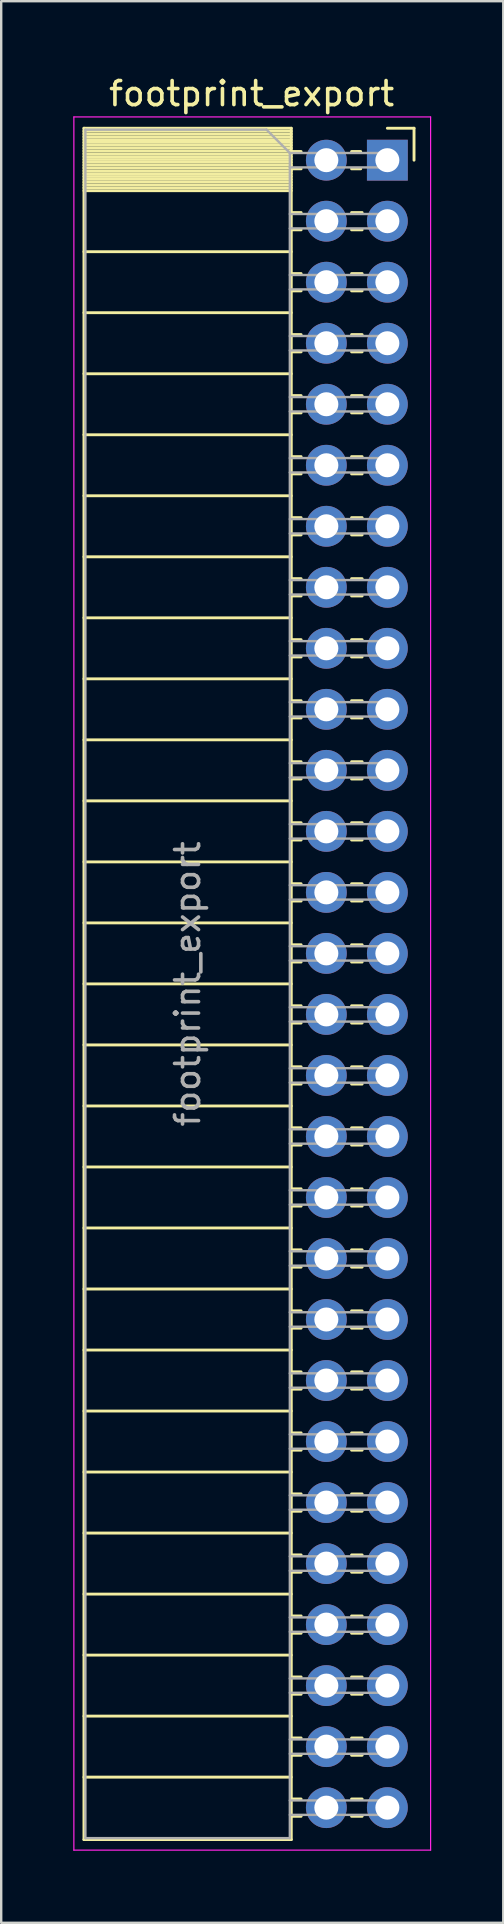
<source format=kicad_pcb>
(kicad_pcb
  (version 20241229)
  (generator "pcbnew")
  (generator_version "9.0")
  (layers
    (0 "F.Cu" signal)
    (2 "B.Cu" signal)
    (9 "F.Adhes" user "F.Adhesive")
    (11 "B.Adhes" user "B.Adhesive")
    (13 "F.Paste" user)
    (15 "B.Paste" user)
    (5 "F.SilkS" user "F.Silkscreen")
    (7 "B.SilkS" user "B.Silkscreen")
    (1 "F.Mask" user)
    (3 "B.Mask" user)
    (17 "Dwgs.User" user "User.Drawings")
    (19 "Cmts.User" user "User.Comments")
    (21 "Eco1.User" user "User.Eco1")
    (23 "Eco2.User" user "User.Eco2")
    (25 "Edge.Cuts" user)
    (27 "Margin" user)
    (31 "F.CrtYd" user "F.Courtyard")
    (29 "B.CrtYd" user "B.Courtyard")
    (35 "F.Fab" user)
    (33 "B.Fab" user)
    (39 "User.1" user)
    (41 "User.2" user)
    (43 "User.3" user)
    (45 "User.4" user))
  (footprint "footprint_export"
    (layer "F.Cu")
    (at 13.075 3.618)
    (property "Reference" "footprint_export" (at -5.65 -2.77 0) (layer "F.SilkS") (effects (font (size 1 1) (thickness 0.15))))
    (attr through_hole)
    (fp_line (start -12.63 -1.33) (end -12.63 69.91) (stroke (width 0.12) (type solid)) (layer "F.SilkS"))
    (fp_line (start -12.63 -1.33) (end -4 -1.33) (stroke (width 0.12) (type solid)) (layer "F.SilkS"))
    (fp_line (start -12.63 -1.21) (end -4 -1.21) (stroke (width 0.12) (type solid)) (layer "F.SilkS"))
    (fp_line (start -12.63 -1.092) (end -4 -1.092) (stroke (width 0.12) (type solid)) (layer "F.SilkS"))
    (fp_line (start -12.63 -0.974) (end -4 -0.974) (stroke (width 0.12) (type solid)) (layer "F.SilkS"))
    (fp_line (start -12.63 -0.856) (end -4 -0.856) (stroke (width 0.12) (type solid)) (layer "F.SilkS"))
    (fp_line (start -12.63 -0.738) (end -4 -0.738) (stroke (width 0.12) (type solid)) (layer "F.SilkS"))
    (fp_line (start -12.63 -0.62) (end -4 -0.62) (stroke (width 0.12) (type solid)) (layer "F.SilkS"))
    (fp_line (start -12.63 -0.501) (end -4 -0.501) (stroke (width 0.12) (type solid)) (layer "F.SilkS"))
    (fp_line (start -12.63 -0.383) (end -4 -0.383) (stroke (width 0.12) (type solid)) (layer "F.SilkS"))
    (fp_line (start -12.63 -0.265) (end -4 -0.265) (stroke (width 0.12) (type solid)) (layer "F.SilkS"))
    (fp_line (start -12.63 -0.147) (end -4 -0.147) (stroke (width 0.12) (type solid)) (layer "F.SilkS"))
    (fp_line (start -12.63 -0.029) (end -4 -0.029) (stroke (width 0.12) (type solid)) (layer "F.SilkS"))
    (fp_line (start -12.63 0.089) (end -4 0.089) (stroke (width 0.12) (type solid)) (layer "F.SilkS"))
    (fp_line (start -12.63 0.207) (end -4 0.207) (stroke (width 0.12) (type solid)) (layer "F.SilkS"))
    (fp_line (start -12.63 0.325) (end -4 0.325) (stroke (width 0.12) (type solid)) (layer "F.SilkS"))
    (fp_line (start -12.63 0.443) (end -4 0.443) (stroke (width 0.12) (type solid)) (layer "F.SilkS"))
    (fp_line (start -12.63 0.561) (end -4 0.561) (stroke (width 0.12) (type solid)) (layer "F.SilkS"))
    (fp_line (start -12.63 0.68) (end -4 0.68) (stroke (width 0.12) (type solid)) (layer "F.SilkS"))
    (fp_line (start -12.63 0.798) (end -4 0.798) (stroke (width 0.12) (type solid)) (layer "F.SilkS"))
    (fp_line (start -12.63 0.916) (end -4 0.916) (stroke (width 0.12) (type solid)) (layer "F.SilkS"))
    (fp_line (start -12.63 1.034) (end -4 1.034) (stroke (width 0.12) (type solid)) (layer "F.SilkS"))
    (fp_line (start -12.63 1.152) (end -4 1.152) (stroke (width 0.12) (type solid)) (layer "F.SilkS"))
    (fp_line (start -12.63 1.27) (end -4 1.27) (stroke (width 0.12) (type solid)) (layer "F.SilkS"))
    (fp_line (start -12.63 3.81) (end -4 3.81) (stroke (width 0.12) (type solid)) (layer "F.SilkS"))
    (fp_line (start -12.63 6.35) (end -4 6.35) (stroke (width 0.12) (type solid)) (layer "F.SilkS"))
    (fp_line (start -12.63 8.89) (end -4 8.89) (stroke (width 0.12) (type solid)) (layer "F.SilkS"))
    (fp_line (start -12.63 11.43) (end -4 11.43) (stroke (width 0.12) (type solid)) (layer "F.SilkS"))
    (fp_line (start -12.63 13.97) (end -4 13.97) (stroke (width 0.12) (type solid)) (layer "F.SilkS"))
    (fp_line (start -12.63 16.51) (end -4 16.51) (stroke (width 0.12) (type solid)) (layer "F.SilkS"))
    (fp_line (start -12.63 19.05) (end -4 19.05) (stroke (width 0.12) (type solid)) (layer "F.SilkS"))
    (fp_line (start -12.63 21.59) (end -4 21.59) (stroke (width 0.12) (type solid)) (layer "F.SilkS"))
    (fp_line (start -12.63 24.13) (end -4 24.13) (stroke (width 0.12) (type solid)) (layer "F.SilkS"))
    (fp_line (start -12.63 26.67) (end -4 26.67) (stroke (width 0.12) (type solid)) (layer "F.SilkS"))
    (fp_line (start -12.63 29.21) (end -4 29.21) (stroke (width 0.12) (type solid)) (layer "F.SilkS"))
    (fp_line (start -12.63 31.75) (end -4 31.75) (stroke (width 0.12) (type solid)) (layer "F.SilkS"))
    (fp_line (start -12.63 34.29) (end -4 34.29) (stroke (width 0.12) (type solid)) (layer "F.SilkS"))
    (fp_line (start -12.63 36.83) (end -4 36.83) (stroke (width 0.12) (type solid)) (layer "F.SilkS"))
    (fp_line (start -12.63 39.37) (end -4 39.37) (stroke (width 0.12) (type solid)) (layer "F.SilkS"))
    (fp_line (start -12.63 41.91) (end -4 41.91) (stroke (width 0.12) (type solid)) (layer "F.SilkS"))
    (fp_line (start -12.63 44.45) (end -4 44.45) (stroke (width 0.12) (type solid)) (layer "F.SilkS"))
    (fp_line (start -12.63 46.99) (end -4 46.99) (stroke (width 0.12) (type solid)) (layer "F.SilkS"))
    (fp_line (start -12.63 49.53) (end -4 49.53) (stroke (width 0.12) (type solid)) (layer "F.SilkS"))
    (fp_line (start -12.63 52.07) (end -4 52.07) (stroke (width 0.12) (type solid)) (layer "F.SilkS"))
    (fp_line (start -12.63 54.61) (end -4 54.61) (stroke (width 0.12) (type solid)) (layer "F.SilkS"))
    (fp_line (start -12.63 57.15) (end -4 57.15) (stroke (width 0.12) (type solid)) (layer "F.SilkS"))
    (fp_line (start -12.63 59.69) (end -4 59.69) (stroke (width 0.12) (type solid)) (layer "F.SilkS"))
    (fp_line (start -12.63 62.23) (end -4 62.23) (stroke (width 0.12) (type solid)) (layer "F.SilkS"))
    (fp_line (start -12.63 64.77) (end -4 64.77) (stroke (width 0.12) (type solid)) (layer "F.SilkS"))
    (fp_line (start -12.63 67.31) (end -4 67.31) (stroke (width 0.12) (type solid)) (layer "F.SilkS"))
    (fp_line (start -12.63 69.91) (end -4 69.91) (stroke (width 0.12) (type solid)) (layer "F.SilkS"))
    (fp_line (start -4 -1.33) (end -4 69.91) (stroke (width 0.12) (type solid)) (layer "F.SilkS"))
    (fp_line (start -4 -0.36) (end -3.59 -0.36) (stroke (width 0.12) (type solid)) (layer "F.SilkS"))
    (fp_line (start -4 0.36) (end -3.59 0.36) (stroke (width 0.12) (type solid)) (layer "F.SilkS"))
    (fp_line (start -4 2.18) (end -3.59 2.18) (stroke (width 0.12) (type solid)) (layer "F.SilkS"))
    (fp_line (start -4 2.9) (end -3.59 2.9) (stroke (width 0.12) (type solid)) (layer "F.SilkS"))
    (fp_line (start -4 4.72) (end -3.59 4.72) (stroke (width 0.12) (type solid)) (layer "F.SilkS"))
    (fp_line (start -4 5.44) (end -3.59 5.44) (stroke (width 0.12) (type solid)) (layer "F.SilkS"))
    (fp_line (start -4 7.26) (end -3.59 7.26) (stroke (width 0.12) (type solid)) (layer "F.SilkS"))
    (fp_line (start -4 7.98) (end -3.59 7.98) (stroke (width 0.12) (type solid)) (layer "F.SilkS"))
    (fp_line (start -4 9.8) (end -3.59 9.8) (stroke (width 0.12) (type solid)) (layer "F.SilkS"))
    (fp_line (start -4 10.52) (end -3.59 10.52) (stroke (width 0.12) (type solid)) (layer "F.SilkS"))
    (fp_line (start -4 12.34) (end -3.59 12.34) (stroke (width 0.12) (type solid)) (layer "F.SilkS"))
    (fp_line (start -4 13.06) (end -3.59 13.06) (stroke (width 0.12) (type solid)) (layer "F.SilkS"))
    (fp_line (start -4 14.88) (end -3.59 14.88) (stroke (width 0.12) (type solid)) (layer "F.SilkS"))
    (fp_line (start -4 15.6) (end -3.59 15.6) (stroke (width 0.12) (type solid)) (layer "F.SilkS"))
    (fp_line (start -4 17.42) (end -3.59 17.42) (stroke (width 0.12) (type solid)) (layer "F.SilkS"))
    (fp_line (start -4 18.14) (end -3.59 18.14) (stroke (width 0.12) (type solid)) (layer "F.SilkS"))
    (fp_line (start -4 19.96) (end -3.59 19.96) (stroke (width 0.12) (type solid)) (layer "F.SilkS"))
    (fp_line (start -4 20.68) (end -3.59 20.68) (stroke (width 0.12) (type solid)) (layer "F.SilkS"))
    (fp_line (start -4 22.5) (end -3.59 22.5) (stroke (width 0.12) (type solid)) (layer "F.SilkS"))
    (fp_line (start -4 23.22) (end -3.59 23.22) (stroke (width 0.12) (type solid)) (layer "F.SilkS"))
    (fp_line (start -4 25.04) (end -3.59 25.04) (stroke (width 0.12) (type solid)) (layer "F.SilkS"))
    (fp_line (start -4 25.76) (end -3.59 25.76) (stroke (width 0.12) (type solid)) (layer "F.SilkS"))
    (fp_line (start -4 27.58) (end -3.59 27.58) (stroke (width 0.12) (type solid)) (layer "F.SilkS"))
    (fp_line (start -4 28.3) (end -3.59 28.3) (stroke (width 0.12) (type solid)) (layer "F.SilkS"))
    (fp_line (start -4 30.12) (end -3.59 30.12) (stroke (width 0.12) (type solid)) (layer "F.SilkS"))
    (fp_line (start -4 30.84) (end -3.59 30.84) (stroke (width 0.12) (type solid)) (layer "F.SilkS"))
    (fp_line (start -4 32.66) (end -3.59 32.66) (stroke (width 0.12) (type solid)) (layer "F.SilkS"))
    (fp_line (start -4 33.38) (end -3.59 33.38) (stroke (width 0.12) (type solid)) (layer "F.SilkS"))
    (fp_line (start -4 35.2) (end -3.59 35.2) (stroke (width 0.12) (type solid)) (layer "F.SilkS"))
    (fp_line (start -4 35.92) (end -3.59 35.92) (stroke (width 0.12) (type solid)) (layer "F.SilkS"))
    (fp_line (start -4 37.74) (end -3.59 37.74) (stroke (width 0.12) (type solid)) (layer "F.SilkS"))
    (fp_line (start -4 38.46) (end -3.59 38.46) (stroke (width 0.12) (type solid)) (layer "F.SilkS"))
    (fp_line (start -4 40.28) (end -3.59 40.28) (stroke (width 0.12) (type solid)) (layer "F.SilkS"))
    (fp_line (start -4 41) (end -3.59 41) (stroke (width 0.12) (type solid)) (layer "F.SilkS"))
    (fp_line (start -4 42.82) (end -3.59 42.82) (stroke (width 0.12) (type solid)) (layer "F.SilkS"))
    (fp_line (start -4 43.54) (end -3.59 43.54) (stroke (width 0.12) (type solid)) (layer "F.SilkS"))
    (fp_line (start -4 45.36) (end -3.59 45.36) (stroke (width 0.12) (type solid)) (layer "F.SilkS"))
    (fp_line (start -4 46.08) (end -3.59 46.08) (stroke (width 0.12) (type solid)) (layer "F.SilkS"))
    (fp_line (start -4 47.9) (end -3.59 47.9) (stroke (width 0.12) (type solid)) (layer "F.SilkS"))
    (fp_line (start -4 48.62) (end -3.59 48.62) (stroke (width 0.12) (type solid)) (layer "F.SilkS"))
    (fp_line (start -4 50.44) (end -3.59 50.44) (stroke (width 0.12) (type solid)) (layer "F.SilkS"))
    (fp_line (start -4 51.16) (end -3.59 51.16) (stroke (width 0.12) (type solid)) (layer "F.SilkS"))
    (fp_line (start -4 52.98) (end -3.59 52.98) (stroke (width 0.12) (type solid)) (layer "F.SilkS"))
    (fp_line (start -4 53.7) (end -3.59 53.7) (stroke (width 0.12) (type solid)) (layer "F.SilkS"))
    (fp_line (start -4 55.52) (end -3.59 55.52) (stroke (width 0.12) (type solid)) (layer "F.SilkS"))
    (fp_line (start -4 56.24) (end -3.59 56.24) (stroke (width 0.12) (type solid)) (layer "F.SilkS"))
    (fp_line (start -4 58.06) (end -3.59 58.06) (stroke (width 0.12) (type solid)) (layer "F.SilkS"))
    (fp_line (start -4 58.78) (end -3.59 58.78) (stroke (width 0.12) (type solid)) (layer "F.SilkS"))
    (fp_line (start -4 60.6) (end -3.59 60.6) (stroke (width 0.12) (type solid)) (layer "F.SilkS"))
    (fp_line (start -4 61.32) (end -3.59 61.32) (stroke (width 0.12) (type solid)) (layer "F.SilkS"))
    (fp_line (start -4 63.14) (end -3.59 63.14) (stroke (width 0.12) (type solid)) (layer "F.SilkS"))
    (fp_line (start -4 63.86) (end -3.59 63.86) (stroke (width 0.12) (type solid)) (layer "F.SilkS"))
    (fp_line (start -4 65.68) (end -3.59 65.68) (stroke (width 0.12) (type solid)) (layer "F.SilkS"))
    (fp_line (start -4 66.4) (end -3.59 66.4) (stroke (width 0.12) (type solid)) (layer "F.SilkS"))
    (fp_line (start -4 68.22) (end -3.59 68.22) (stroke (width 0.12) (type solid)) (layer "F.SilkS"))
    (fp_line (start -4 68.94) (end -3.59 68.94) (stroke (width 0.12) (type solid)) (layer "F.SilkS"))
    (fp_line (start -1.49 -0.36) (end -1.11 -0.36) (stroke (width 0.12) (type solid)) (layer "F.SilkS"))
    (fp_line (start -1.49 0.36) (end -1.11 0.36) (stroke (width 0.12) (type solid)) (layer "F.SilkS"))
    (fp_line (start -1.49 2.18) (end -1.05 2.18) (stroke (width 0.12) (type solid)) (layer "F.SilkS"))
    (fp_line (start -1.49 2.9) (end -1.05 2.9) (stroke (width 0.12) (type solid)) (layer "F.SilkS"))
    (fp_line (start -1.49 4.72) (end -1.05 4.72) (stroke (width 0.12) (type solid)) (layer "F.SilkS"))
    (fp_line (start -1.49 5.44) (end -1.05 5.44) (stroke (width 0.12) (type solid)) (layer "F.SilkS"))
    (fp_line (start -1.49 7.26) (end -1.05 7.26) (stroke (width 0.12) (type solid)) (layer "F.SilkS"))
    (fp_line (start -1.49 7.98) (end -1.05 7.98) (stroke (width 0.12) (type solid)) (layer "F.SilkS"))
    (fp_line (start -1.49 9.8) (end -1.05 9.8) (stroke (width 0.12) (type solid)) (layer "F.SilkS"))
    (fp_line (start -1.49 10.52) (end -1.05 10.52) (stroke (width 0.12) (type solid)) (layer "F.SilkS"))
    (fp_line (start -1.49 12.34) (end -1.05 12.34) (stroke (width 0.12) (type solid)) (layer "F.SilkS"))
    (fp_line (start -1.49 13.06) (end -1.05 13.06) (stroke (width 0.12) (type solid)) (layer "F.SilkS"))
    (fp_line (start -1.49 14.88) (end -1.05 14.88) (stroke (width 0.12) (type solid)) (layer "F.SilkS"))
    (fp_line (start -1.49 15.6) (end -1.05 15.6) (stroke (width 0.12) (type solid)) (layer "F.SilkS"))
    (fp_line (start -1.49 17.42) (end -1.05 17.42) (stroke (width 0.12) (type solid)) (layer "F.SilkS"))
    (fp_line (start -1.49 18.14) (end -1.05 18.14) (stroke (width 0.12) (type solid)) (layer "F.SilkS"))
    (fp_line (start -1.49 19.96) (end -1.05 19.96) (stroke (width 0.12) (type solid)) (layer "F.SilkS"))
    (fp_line (start -1.49 20.68) (end -1.05 20.68) (stroke (width 0.12) (type solid)) (layer "F.SilkS"))
    (fp_line (start -1.49 22.5) (end -1.05 22.5) (stroke (width 0.12) (type solid)) (layer "F.SilkS"))
    (fp_line (start -1.49 23.22) (end -1.05 23.22) (stroke (width 0.12) (type solid)) (layer "F.SilkS"))
    (fp_line (start -1.49 25.04) (end -1.05 25.04) (stroke (width 0.12) (type solid)) (layer "F.SilkS"))
    (fp_line (start -1.49 25.76) (end -1.05 25.76) (stroke (width 0.12) (type solid)) (layer "F.SilkS"))
    (fp_line (start -1.49 27.58) (end -1.05 27.58) (stroke (width 0.12) (type solid)) (layer "F.SilkS"))
    (fp_line (start -1.49 28.3) (end -1.05 28.3) (stroke (width 0.12) (type solid)) (layer "F.SilkS"))
    (fp_line (start -1.49 30.12) (end -1.05 30.12) (stroke (width 0.12) (type solid)) (layer "F.SilkS"))
    (fp_line (start -1.49 30.84) (end -1.05 30.84) (stroke (width 0.12) (type solid)) (layer "F.SilkS"))
    (fp_line (start -1.49 32.66) (end -1.05 32.66) (stroke (width 0.12) (type solid)) (layer "F.SilkS"))
    (fp_line (start -1.49 33.38) (end -1.05 33.38) (stroke (width 0.12) (type solid)) (layer "F.SilkS"))
    (fp_line (start -1.49 35.2) (end -1.05 35.2) (stroke (width 0.12) (type solid)) (layer "F.SilkS"))
    (fp_line (start -1.49 35.92) (end -1.05 35.92) (stroke (width 0.12) (type solid)) (layer "F.SilkS"))
    (fp_line (start -1.49 37.74) (end -1.05 37.74) (stroke (width 0.12) (type solid)) (layer "F.SilkS"))
    (fp_line (start -1.49 38.46) (end -1.05 38.46) (stroke (width 0.12) (type solid)) (layer "F.SilkS"))
    (fp_line (start -1.49 40.28) (end -1.05 40.28) (stroke (width 0.12) (type solid)) (layer "F.SilkS"))
    (fp_line (start -1.49 41) (end -1.05 41) (stroke (width 0.12) (type solid)) (layer "F.SilkS"))
    (fp_line (start -1.49 42.82) (end -1.05 42.82) (stroke (width 0.12) (type solid)) (layer "F.SilkS"))
    (fp_line (start -1.49 43.54) (end -1.05 43.54) (stroke (width 0.12) (type solid)) (layer "F.SilkS"))
    (fp_line (start -1.49 45.36) (end -1.05 45.36) (stroke (width 0.12) (type solid)) (layer "F.SilkS"))
    (fp_line (start -1.49 46.08) (end -1.05 46.08) (stroke (width 0.12) (type solid)) (layer "F.SilkS"))
    (fp_line (start -1.49 47.9) (end -1.05 47.9) (stroke (width 0.12) (type solid)) (layer "F.SilkS"))
    (fp_line (start -1.49 48.62) (end -1.05 48.62) (stroke (width 0.12) (type solid)) (layer "F.SilkS"))
    (fp_line (start -1.49 50.44) (end -1.05 50.44) (stroke (width 0.12) (type solid)) (layer "F.SilkS"))
    (fp_line (start -1.49 51.16) (end -1.05 51.16) (stroke (width 0.12) (type solid)) (layer "F.SilkS"))
    (fp_line (start -1.49 52.98) (end -1.05 52.98) (stroke (width 0.12) (type solid)) (layer "F.SilkS"))
    (fp_line (start -1.49 53.7) (end -1.05 53.7) (stroke (width 0.12) (type solid)) (layer "F.SilkS"))
    (fp_line (start -1.49 55.52) (end -1.05 55.52) (stroke (width 0.12) (type solid)) (layer "F.SilkS"))
    (fp_line (start -1.49 56.24) (end -1.05 56.24) (stroke (width 0.12) (type solid)) (layer "F.SilkS"))
    (fp_line (start -1.49 58.06) (end -1.05 58.06) (stroke (width 0.12) (type solid)) (layer "F.SilkS"))
    (fp_line (start -1.49 58.78) (end -1.05 58.78) (stroke (width 0.12) (type solid)) (layer "F.SilkS"))
    (fp_line (start -1.49 60.6) (end -1.05 60.6) (stroke (width 0.12) (type solid)) (layer "F.SilkS"))
    (fp_line (start -1.49 61.32) (end -1.05 61.32) (stroke (width 0.12) (type solid)) (layer "F.SilkS"))
    (fp_line (start -1.49 63.14) (end -1.05 63.14) (stroke (width 0.12) (type solid)) (layer "F.SilkS"))
    (fp_line (start -1.49 63.86) (end -1.05 63.86) (stroke (width 0.12) (type solid)) (layer "F.SilkS"))
    (fp_line (start -1.49 65.68) (end -1.05 65.68) (stroke (width 0.12) (type solid)) (layer "F.SilkS"))
    (fp_line (start -1.49 66.4) (end -1.05 66.4) (stroke (width 0.12) (type solid)) (layer "F.SilkS"))
    (fp_line (start -1.49 68.22) (end -1.05 68.22) (stroke (width 0.12) (type solid)) (layer "F.SilkS"))
    (fp_line (start -1.49 68.94) (end -1.05 68.94) (stroke (width 0.12) (type solid)) (layer "F.SilkS"))
    (fp_line (start 0 -1.33) (end 1.11 -1.33) (stroke (width 0.12) (type solid)) (layer "F.SilkS"))
    (fp_line (start 1.11 -1.33) (end 1.11 0) (stroke (width 0.12) (type solid)) (layer "F.SilkS"))
    (fp_line (start -13.05 -1.8) (end -13.05 70.35) (stroke (width 0.05) (type solid)) (layer "F.CrtYd"))
    (fp_line (start -13.05 70.35) (end 1.8 70.35) (stroke (width 0.05) (type solid)) (layer "F.CrtYd"))
    (fp_line (start 1.8 -1.8) (end -13.05 -1.8) (stroke (width 0.05) (type solid)) (layer "F.CrtYd"))
    (fp_line (start 1.8 70.35) (end 1.8 -1.8) (stroke (width 0.05) (type solid)) (layer "F.CrtYd"))
    (fp_line (start -12.57 -1.27) (end -5.03 -1.27) (stroke (width 0.1) (type solid)) (layer "F.Fab"))
    (fp_line (start -12.57 69.85) (end -12.57 -1.27) (stroke (width 0.1) (type solid)) (layer "F.Fab"))
    (fp_line (start -5.03 -1.27) (end -4.06 -0.3) (stroke (width 0.1) (type solid)) (layer "F.Fab"))
    (fp_line (start -4.06 -0.3) (end -4.06 69.85) (stroke (width 0.1) (type solid)) (layer "F.Fab"))
    (fp_line (start -4.06 0.3) (end 0 0.3) (stroke (width 0.1) (type solid)) (layer "F.Fab"))
    (fp_line (start -4.06 2.84) (end 0 2.84) (stroke (width 0.1) (type solid)) (layer "F.Fab"))
    (fp_line (start -4.06 5.38) (end 0 5.38) (stroke (width 0.1) (type solid)) (layer "F.Fab"))
    (fp_line (start -4.06 7.92) (end 0 7.92) (stroke (width 0.1) (type solid)) (layer "F.Fab"))
    (fp_line (start -4.06 10.46) (end 0 10.46) (stroke (width 0.1) (type solid)) (layer "F.Fab"))
    (fp_line (start -4.06 13) (end 0 13) (stroke (width 0.1) (type solid)) (layer "F.Fab"))
    (fp_line (start -4.06 15.54) (end 0 15.54) (stroke (width 0.1) (type solid)) (layer "F.Fab"))
    (fp_line (start -4.06 18.08) (end 0 18.08) (stroke (width 0.1) (type solid)) (layer "F.Fab"))
    (fp_line (start -4.06 20.62) (end 0 20.62) (stroke (width 0.1) (type solid)) (layer "F.Fab"))
    (fp_line (start -4.06 23.16) (end 0 23.16) (stroke (width 0.1) (type solid)) (layer "F.Fab"))
    (fp_line (start -4.06 25.7) (end 0 25.7) (stroke (width 0.1) (type solid)) (layer "F.Fab"))
    (fp_line (start -4.06 28.24) (end 0 28.24) (stroke (width 0.1) (type solid)) (layer "F.Fab"))
    (fp_line (start -4.06 30.78) (end 0 30.78) (stroke (width 0.1) (type solid)) (layer "F.Fab"))
    (fp_line (start -4.06 33.32) (end 0 33.32) (stroke (width 0.1) (type solid)) (layer "F.Fab"))
    (fp_line (start -4.06 35.86) (end 0 35.86) (stroke (width 0.1) (type solid)) (layer "F.Fab"))
    (fp_line (start -4.06 38.4) (end 0 38.4) (stroke (width 0.1) (type solid)) (layer "F.Fab"))
    (fp_line (start -4.06 40.94) (end 0 40.94) (stroke (width 0.1) (type solid)) (layer "F.Fab"))
    (fp_line (start -4.06 43.48) (end 0 43.48) (stroke (width 0.1) (type solid)) (layer "F.Fab"))
    (fp_line (start -4.06 46.02) (end 0 46.02) (stroke (width 0.1) (type solid)) (layer "F.Fab"))
    (fp_line (start -4.06 48.56) (end 0 48.56) (stroke (width 0.1) (type solid)) (layer "F.Fab"))
    (fp_line (start -4.06 51.1) (end 0 51.1) (stroke (width 0.1) (type solid)) (layer "F.Fab"))
    (fp_line (start -4.06 53.64) (end 0 53.64) (stroke (width 0.1) (type solid)) (layer "F.Fab"))
    (fp_line (start -4.06 56.18) (end 0 56.18) (stroke (width 0.1) (type solid)) (layer "F.Fab"))
    (fp_line (start -4.06 58.72) (end 0 58.72) (stroke (width 0.1) (type solid)) (layer "F.Fab"))
    (fp_line (start -4.06 61.26) (end 0 61.26) (stroke (width 0.1) (type solid)) (layer "F.Fab"))
    (fp_line (start -4.06 63.8) (end 0 63.8) (stroke (width 0.1) (type solid)) (layer "F.Fab"))
    (fp_line (start -4.06 66.34) (end 0 66.34) (stroke (width 0.1) (type solid)) (layer "F.Fab"))
    (fp_line (start -4.06 68.88) (end 0 68.88) (stroke (width 0.1) (type solid)) (layer "F.Fab"))
    (fp_line (start -4.06 69.85) (end -12.57 69.85) (stroke (width 0.1) (type solid)) (layer "F.Fab"))
    (fp_line (start 0 -0.3) (end -4.06 -0.3) (stroke (width 0.1) (type solid)) (layer "F.Fab"))
    (fp_line (start 0 0.3) (end 0 -0.3) (stroke (width 0.1) (type solid)) (layer "F.Fab"))
    (fp_line (start 0 2.24) (end -4.06 2.24) (stroke (width 0.1) (type solid)) (layer "F.Fab"))
    (fp_line (start 0 2.84) (end 0 2.24) (stroke (width 0.1) (type solid)) (layer "F.Fab"))
    (fp_line (start 0 4.78) (end -4.06 4.78) (stroke (width 0.1) (type solid)) (layer "F.Fab"))
    (fp_line (start 0 5.38) (end 0 4.78) (stroke (width 0.1) (type solid)) (layer "F.Fab"))
    (fp_line (start 0 7.32) (end -4.06 7.32) (stroke (width 0.1) (type solid)) (layer "F.Fab"))
    (fp_line (start 0 7.92) (end 0 7.32) (stroke (width 0.1) (type solid)) (layer "F.Fab"))
    (fp_line (start 0 9.86) (end -4.06 9.86) (stroke (width 0.1) (type solid)) (layer "F.Fab"))
    (fp_line (start 0 10.46) (end 0 9.86) (stroke (width 0.1) (type solid)) (layer "F.Fab"))
    (fp_line (start 0 12.4) (end -4.06 12.4) (stroke (width 0.1) (type solid)) (layer "F.Fab"))
    (fp_line (start 0 13) (end 0 12.4) (stroke (width 0.1) (type solid)) (layer "F.Fab"))
    (fp_line (start 0 14.94) (end -4.06 14.94) (stroke (width 0.1) (type solid)) (layer "F.Fab"))
    (fp_line (start 0 15.54) (end 0 14.94) (stroke (width 0.1) (type solid)) (layer "F.Fab"))
    (fp_line (start 0 17.48) (end -4.06 17.48) (stroke (width 0.1) (type solid)) (layer "F.Fab"))
    (fp_line (start 0 18.08) (end 0 17.48) (stroke (width 0.1) (type solid)) (layer "F.Fab"))
    (fp_line (start 0 20.02) (end -4.06 20.02) (stroke (width 0.1) (type solid)) (layer "F.Fab"))
    (fp_line (start 0 20.62) (end 0 20.02) (stroke (width 0.1) (type solid)) (layer "F.Fab"))
    (fp_line (start 0 22.56) (end -4.06 22.56) (stroke (width 0.1) (type solid)) (layer "F.Fab"))
    (fp_line (start 0 23.16) (end 0 22.56) (stroke (width 0.1) (type solid)) (layer "F.Fab"))
    (fp_line (start 0 25.1) (end -4.06 25.1) (stroke (width 0.1) (type solid)) (layer "F.Fab"))
    (fp_line (start 0 25.7) (end 0 25.1) (stroke (width 0.1) (type solid)) (layer "F.Fab"))
    (fp_line (start 0 27.64) (end -4.06 27.64) (stroke (width 0.1) (type solid)) (layer "F.Fab"))
    (fp_line (start 0 28.24) (end 0 27.64) (stroke (width 0.1) (type solid)) (layer "F.Fab"))
    (fp_line (start 0 30.18) (end -4.06 30.18) (stroke (width 0.1) (type solid)) (layer "F.Fab"))
    (fp_line (start 0 30.78) (end 0 30.18) (stroke (width 0.1) (type solid)) (layer "F.Fab"))
    (fp_line (start 0 32.72) (end -4.06 32.72) (stroke (width 0.1) (type solid)) (layer "F.Fab"))
    (fp_line (start 0 33.32) (end 0 32.72) (stroke (width 0.1) (type solid)) (layer "F.Fab"))
    (fp_line (start 0 35.26) (end -4.06 35.26) (stroke (width 0.1) (type solid)) (layer "F.Fab"))
    (fp_line (start 0 35.86) (end 0 35.26) (stroke (width 0.1) (type solid)) (layer "F.Fab"))
    (fp_line (start 0 37.8) (end -4.06 37.8) (stroke (width 0.1) (type solid)) (layer "F.Fab"))
    (fp_line (start 0 38.4) (end 0 37.8) (stroke (width 0.1) (type solid)) (layer "F.Fab"))
    (fp_line (start 0 40.34) (end -4.06 40.34) (stroke (width 0.1) (type solid)) (layer "F.Fab"))
    (fp_line (start 0 40.94) (end 0 40.34) (stroke (width 0.1) (type solid)) (layer "F.Fab"))
    (fp_line (start 0 42.88) (end -4.06 42.88) (stroke (width 0.1) (type solid)) (layer "F.Fab"))
    (fp_line (start 0 43.48) (end 0 42.88) (stroke (width 0.1) (type solid)) (layer "F.Fab"))
    (fp_line (start 0 45.42) (end -4.06 45.42) (stroke (width 0.1) (type solid)) (layer "F.Fab"))
    (fp_line (start 0 46.02) (end 0 45.42) (stroke (width 0.1) (type solid)) (layer "F.Fab"))
    (fp_line (start 0 47.96) (end -4.06 47.96) (stroke (width 0.1) (type solid)) (layer "F.Fab"))
    (fp_line (start 0 48.56) (end 0 47.96) (stroke (width 0.1) (type solid)) (layer "F.Fab"))
    (fp_line (start 0 50.5) (end -4.06 50.5) (stroke (width 0.1) (type solid)) (layer "F.Fab"))
    (fp_line (start 0 51.1) (end 0 50.5) (stroke (width 0.1) (type solid)) (layer "F.Fab"))
    (fp_line (start 0 53.04) (end -4.06 53.04) (stroke (width 0.1) (type solid)) (layer "F.Fab"))
    (fp_line (start 0 53.64) (end 0 53.04) (stroke (width 0.1) (type solid)) (layer "F.Fab"))
    (fp_line (start 0 55.58) (end -4.06 55.58) (stroke (width 0.1) (type solid)) (layer "F.Fab"))
    (fp_line (start 0 56.18) (end 0 55.58) (stroke (width 0.1) (type solid)) (layer "F.Fab"))
    (fp_line (start 0 58.12) (end -4.06 58.12) (stroke (width 0.1) (type solid)) (layer "F.Fab"))
    (fp_line (start 0 58.72) (end 0 58.12) (stroke (width 0.1) (type solid)) (layer "F.Fab"))
    (fp_line (start 0 60.66) (end -4.06 60.66) (stroke (width 0.1) (type solid)) (layer "F.Fab"))
    (fp_line (start 0 61.26) (end 0 60.66) (stroke (width 0.1) (type solid)) (layer "F.Fab"))
    (fp_line (start 0 63.2) (end -4.06 63.2) (stroke (width 0.1) (type solid)) (layer "F.Fab"))
    (fp_line (start 0 63.8) (end 0 63.2) (stroke (width 0.1) (type solid)) (layer "F.Fab"))
    (fp_line (start 0 65.74) (end -4.06 65.74) (stroke (width 0.1) (type solid)) (layer "F.Fab"))
    (fp_line (start 0 66.34) (end 0 65.74) (stroke (width 0.1) (type solid)) (layer "F.Fab"))
    (fp_line (start 0 68.28) (end -4.06 68.28) (stroke (width 0.1) (type solid)) (layer "F.Fab"))
    (fp_line (start 0 68.88) (end 0 68.28) (stroke (width 0.1) (type solid)) (layer "F.Fab"))
    (fp_text user "${REFERENCE}" (at -8.315 34.29 90) (layer "F.Fab") (effects (font (size 1 1) (thickness 0.15))))
    (pad "1" thru_hole rect (at 0 0) (size 1.7 1.7) (drill 1) (layers "*.Cu" "*.Mask"))
    (pad "2" thru_hole oval (at -2.54 0) (size 1.7 1.7) (drill 1) (layers "*.Cu" "*.Mask"))
    (pad "3" thru_hole oval (at 0 2.54) (size 1.7 1.7) (drill 1) (layers "*.Cu" "*.Mask"))
    (pad "4" thru_hole oval (at -2.54 2.54) (size 1.7 1.7) (drill 1) (layers "*.Cu" "*.Mask"))
    (pad "5" thru_hole oval (at 0 5.08) (size 1.7 1.7) (drill 1) (layers "*.Cu" "*.Mask"))
    (pad "6" thru_hole oval (at -2.54 5.08) (size 1.7 1.7) (drill 1) (layers "*.Cu" "*.Mask"))
    (pad "7" thru_hole oval (at 0 7.62) (size 1.7 1.7) (drill 1) (layers "*.Cu" "*.Mask"))
    (pad "8" thru_hole oval (at -2.54 7.62) (size 1.7 1.7) (drill 1) (layers "*.Cu" "*.Mask"))
    (pad "9" thru_hole oval (at 0 10.16) (size 1.7 1.7) (drill 1) (layers "*.Cu" "*.Mask"))
    (pad "10" thru_hole oval (at -2.54 10.16) (size 1.7 1.7) (drill 1) (layers "*.Cu" "*.Mask"))
    (pad "11" thru_hole oval (at 0 12.7) (size 1.7 1.7) (drill 1) (layers "*.Cu" "*.Mask"))
    (pad "12" thru_hole oval (at -2.54 12.7) (size 1.7 1.7) (drill 1) (layers "*.Cu" "*.Mask"))
    (pad "13" thru_hole oval (at 0 15.24) (size 1.7 1.7) (drill 1) (layers "*.Cu" "*.Mask"))
    (pad "14" thru_hole oval (at -2.54 15.24) (size 1.7 1.7) (drill 1) (layers "*.Cu" "*.Mask"))
    (pad "15" thru_hole oval (at 0 17.78) (size 1.7 1.7) (drill 1) (layers "*.Cu" "*.Mask"))
    (pad "16" thru_hole oval (at -2.54 17.78) (size 1.7 1.7) (drill 1) (layers "*.Cu" "*.Mask"))
    (pad "17" thru_hole oval (at 0 20.32) (size 1.7 1.7) (drill 1) (layers "*.Cu" "*.Mask"))
    (pad "18" thru_hole oval (at -2.54 20.32) (size 1.7 1.7) (drill 1) (layers "*.Cu" "*.Mask"))
    (pad "19" thru_hole oval (at 0 22.86) (size 1.7 1.7) (drill 1) (layers "*.Cu" "*.Mask"))
    (pad "20" thru_hole oval (at -2.54 22.86) (size 1.7 1.7) (drill 1) (layers "*.Cu" "*.Mask"))
    (pad "21" thru_hole oval (at 0 25.4) (size 1.7 1.7) (drill 1) (layers "*.Cu" "*.Mask"))
    (pad "22" thru_hole oval (at -2.54 25.4) (size 1.7 1.7) (drill 1) (layers "*.Cu" "*.Mask"))
    (pad "23" thru_hole oval (at 0 27.94) (size 1.7 1.7) (drill 1) (layers "*.Cu" "*.Mask"))
    (pad "24" thru_hole oval (at -2.54 27.94) (size 1.7 1.7) (drill 1) (layers "*.Cu" "*.Mask"))
    (pad "25" thru_hole oval (at 0 30.48) (size 1.7 1.7) (drill 1) (layers "*.Cu" "*.Mask"))
    (pad "26" thru_hole oval (at -2.54 30.48) (size 1.7 1.7) (drill 1) (layers "*.Cu" "*.Mask"))
    (pad "27" thru_hole oval (at 0 33.02) (size 1.7 1.7) (drill 1) (layers "*.Cu" "*.Mask"))
    (pad "28" thru_hole oval (at -2.54 33.02) (size 1.7 1.7) (drill 1) (layers "*.Cu" "*.Mask"))
    (pad "29" thru_hole oval (at 0 35.56) (size 1.7 1.7) (drill 1) (layers "*.Cu" "*.Mask"))
    (pad "30" thru_hole oval (at -2.54 35.56) (size 1.7 1.7) (drill 1) (layers "*.Cu" "*.Mask"))
    (pad "31" thru_hole oval (at 0 38.1) (size 1.7 1.7) (drill 1) (layers "*.Cu" "*.Mask"))
    (pad "32" thru_hole oval (at -2.54 38.1) (size 1.7 1.7) (drill 1) (layers "*.Cu" "*.Mask"))
    (pad "33" thru_hole oval (at 0 40.64) (size 1.7 1.7) (drill 1) (layers "*.Cu" "*.Mask"))
    (pad "34" thru_hole oval (at -2.54 40.64) (size 1.7 1.7) (drill 1) (layers "*.Cu" "*.Mask"))
    (pad "35" thru_hole oval (at 0 43.18) (size 1.7 1.7) (drill 1) (layers "*.Cu" "*.Mask"))
    (pad "36" thru_hole oval (at -2.54 43.18) (size 1.7 1.7) (drill 1) (layers "*.Cu" "*.Mask"))
    (pad "37" thru_hole oval (at 0 45.72) (size 1.7 1.7) (drill 1) (layers "*.Cu" "*.Mask"))
    (pad "38" thru_hole oval (at -2.54 45.72) (size 1.7 1.7) (drill 1) (layers "*.Cu" "*.Mask"))
    (pad "39" thru_hole oval (at 0 48.26) (size 1.7 1.7) (drill 1) (layers "*.Cu" "*.Mask"))
    (pad "40" thru_hole oval (at -2.54 48.26) (size 1.7 1.7) (drill 1) (layers "*.Cu" "*.Mask"))
    (pad "41" thru_hole oval (at 0 50.8) (size 1.7 1.7) (drill 1) (layers "*.Cu" "*.Mask"))
    (pad "42" thru_hole oval (at -2.54 50.8) (size 1.7 1.7) (drill 1) (layers "*.Cu" "*.Mask"))
    (pad "43" thru_hole oval (at 0 53.34) (size 1.7 1.7) (drill 1) (layers "*.Cu" "*.Mask"))
    (pad "44" thru_hole oval (at -2.54 53.34) (size 1.7 1.7) (drill 1) (layers "*.Cu" "*.Mask"))
    (pad "45" thru_hole oval (at 0 55.88) (size 1.7 1.7) (drill 1) (layers "*.Cu" "*.Mask"))
    (pad "46" thru_hole oval (at -2.54 55.88) (size 1.7 1.7) (drill 1) (layers "*.Cu" "*.Mask"))
    (pad "47" thru_hole oval (at 0 58.42) (size 1.7 1.7) (drill 1) (layers "*.Cu" "*.Mask"))
    (pad "48" thru_hole oval (at -2.54 58.42) (size 1.7 1.7) (drill 1) (layers "*.Cu" "*.Mask"))
    (pad "49" thru_hole oval (at 0 60.96) (size 1.7 1.7) (drill 1) (layers "*.Cu" "*.Mask"))
    (pad "50" thru_hole oval (at -2.54 60.96) (size 1.7 1.7) (drill 1) (layers "*.Cu" "*.Mask"))
    (pad "51" thru_hole oval (at 0 63.5) (size 1.7 1.7) (drill 1) (layers "*.Cu" "*.Mask"))
    (pad "52" thru_hole oval (at -2.54 63.5) (size 1.7 1.7) (drill 1) (layers "*.Cu" "*.Mask"))
    (pad "53" thru_hole oval (at 0 66.04) (size 1.7 1.7) (drill 1) (layers "*.Cu" "*.Mask"))
    (pad "54" thru_hole oval (at -2.54 66.04) (size 1.7 1.7) (drill 1) (layers "*.Cu" "*.Mask"))
    (pad "55" thru_hole oval (at 0 68.58) (size 1.7 1.7) (drill 1) (layers "*.Cu" "*.Mask"))
    (pad "56" thru_hole oval (at -2.54 68.58) (size 1.7 1.7) (drill 1) (layers "*.Cu" "*.Mask")))
  (gr_rect
    (start -3 -3)
    (end 17.9 76.993)
    (stroke (width 0.1) (type default))
    (fill no)
    (layer "Edge.Cuts")))
</source>
